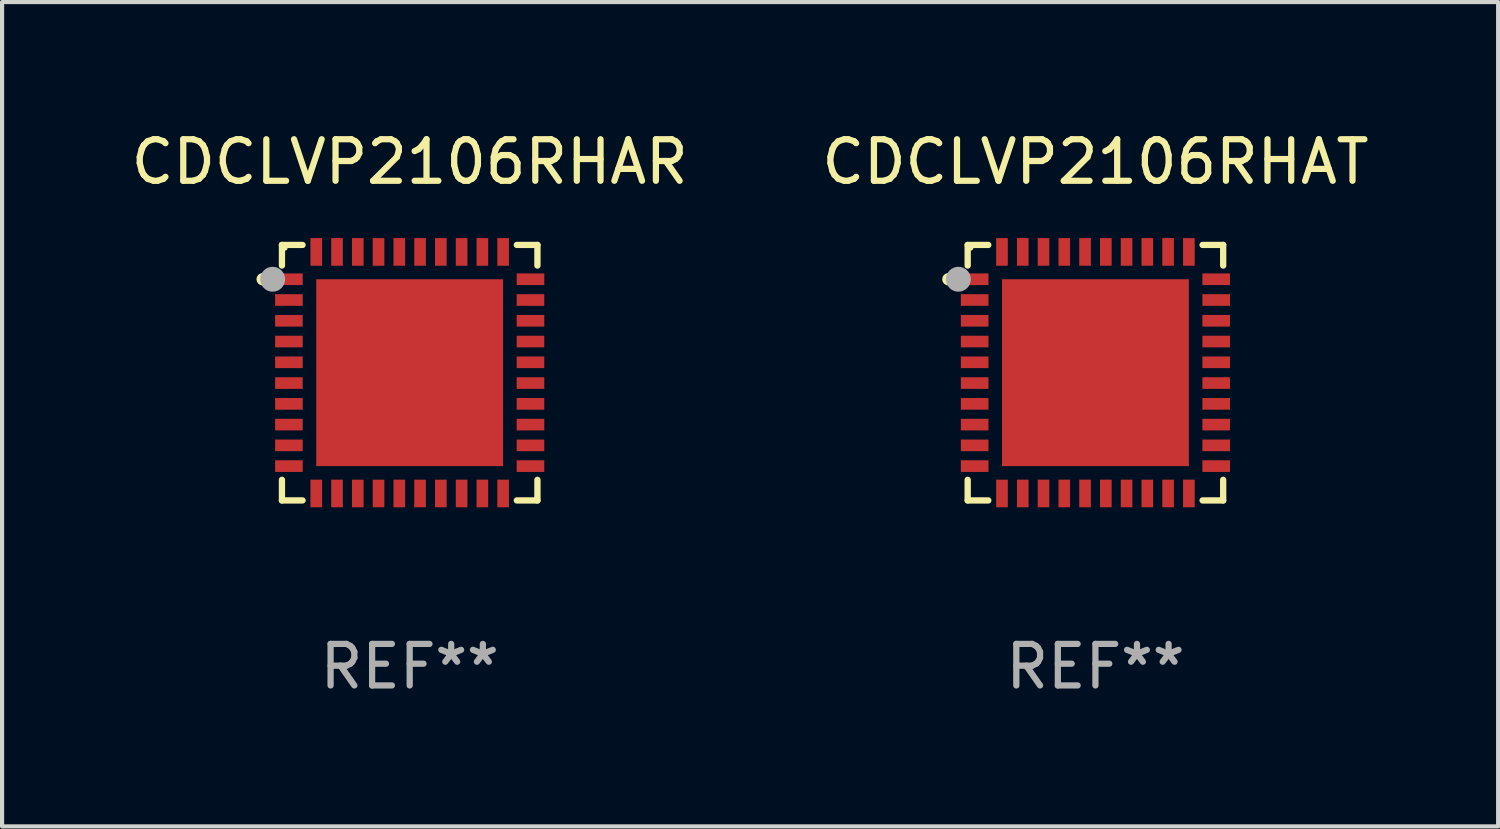
<source format=kicad_pcb>
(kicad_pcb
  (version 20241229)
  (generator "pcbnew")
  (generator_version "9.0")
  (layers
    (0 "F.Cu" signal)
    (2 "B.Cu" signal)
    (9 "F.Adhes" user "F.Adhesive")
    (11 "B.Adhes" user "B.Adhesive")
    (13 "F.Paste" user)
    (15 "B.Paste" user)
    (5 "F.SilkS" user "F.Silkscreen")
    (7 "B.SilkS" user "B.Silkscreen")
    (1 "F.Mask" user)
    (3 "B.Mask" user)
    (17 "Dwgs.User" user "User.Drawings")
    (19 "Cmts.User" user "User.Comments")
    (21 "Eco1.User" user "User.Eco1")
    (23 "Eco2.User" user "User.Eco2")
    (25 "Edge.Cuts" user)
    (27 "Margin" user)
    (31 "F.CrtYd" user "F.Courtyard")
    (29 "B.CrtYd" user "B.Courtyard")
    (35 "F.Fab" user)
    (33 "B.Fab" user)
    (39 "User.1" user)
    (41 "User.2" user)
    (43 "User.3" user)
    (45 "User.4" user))
  (footprint "CDCLVP2106RHAR"
    (layer "F.Cu")
    (at 6.815 5.924)
    (property "Reference" "CDCLVP2106RHAR" (at 0 -5.076 0) (layer "F.SilkS") (effects (font (size 1 1) (thickness 0.15))))
    (attr through_hole)
    (fp_line (start -3.076 -3.076) (end -3.076 -2.58) (stroke (width 0.152) (type solid)) (layer "F.SilkS"))
    (fp_line (start -3.076 3.076) (end -3.076 2.58) (stroke (width 0.152) (type solid)) (layer "F.SilkS"))
    (fp_line (start -2.58 -3.076) (end -3.076 -3.076) (stroke (width 0.152) (type solid)) (layer "F.SilkS"))
    (fp_line (start -2.58 3.076) (end -3.076 3.076) (stroke (width 0.152) (type solid)) (layer "F.SilkS"))
    (fp_line (start 2.58 -3.076) (end 3.076 -3.076) (stroke (width 0.152) (type solid)) (layer "F.SilkS"))
    (fp_line (start 2.58 3.076) (end 3.076 3.076) (stroke (width 0.152) (type solid)) (layer "F.SilkS"))
    (fp_line (start 3.076 -3.076) (end 3.076 -2.58) (stroke (width 0.152) (type solid)) (layer "F.SilkS"))
    (fp_line (start 3.076 3.076) (end 3.076 2.58) (stroke (width 0.152) (type solid)) (layer "F.SilkS"))
    (fp_circle (center -3.54 -2.25) (end -3.465 -2.25) (stroke (width 0.15) (type solid)) (fill no) (layer "F.SilkS"))
    (fp_circle (center -3 -3) (end -2.97 -3) (stroke (width 0.06) (type solid)) (fill no) (layer "F.SilkS"))
    (fp_circle (center -3.3 -2.25) (end -3.15 -2.25) (stroke (width 0.3) (type solid)) (fill no) (layer "F.Fab"))
    (fp_text user "REF**" (at 0 7.076 0) (layer "F.Fab") (effects (font (size 1 1) (thickness 0.15))))
    (pad "1" smd rect (at -2.908 -2.25) (size 0.665 0.28) (layers "F.Cu" "F.Mask" "F.Paste"))
    (pad "2" smd rect (at -2.908 -1.75) (size 0.665 0.28) (layers "F.Cu" "F.Mask" "F.Paste"))
    (pad "3" smd rect (at -2.908 -1.25) (size 0.665 0.28) (layers "F.Cu" "F.Mask" "F.Paste"))
    (pad "4" smd rect (at -2.908 -0.75) (size 0.665 0.28) (layers "F.Cu" "F.Mask" "F.Paste"))
    (pad "5" smd rect (at -2.908 -0.25) (size 0.665 0.28) (layers "F.Cu" "F.Mask" "F.Paste"))
    (pad "6" smd rect (at -2.908 0.25) (size 0.665 0.28) (layers "F.Cu" "F.Mask" "F.Paste"))
    (pad "7" smd rect (at -2.908 0.75) (size 0.665 0.28) (layers "F.Cu" "F.Mask" "F.Paste"))
    (pad "8" smd rect (at -2.908 1.25) (size 0.665 0.28) (layers "F.Cu" "F.Mask" "F.Paste"))
    (pad "9" smd rect (at -2.908 1.75) (size 0.665 0.28) (layers "F.Cu" "F.Mask" "F.Paste"))
    (pad "10" smd rect (at -2.908 2.25) (size 0.665 0.28) (layers "F.Cu" "F.Mask" "F.Paste"))
    (pad "11" smd rect (at -2.25 2.908) (size 0.28 0.665) (layers "F.Cu" "F.Mask" "F.Paste"))
    (pad "12" smd rect (at -1.75 2.908) (size 0.28 0.665) (layers "F.Cu" "F.Mask" "F.Paste"))
    (pad "13" smd rect (at -1.25 2.908) (size 0.28 0.665) (layers "F.Cu" "F.Mask" "F.Paste"))
    (pad "14" smd rect (at -0.75 2.908) (size 0.28 0.665) (layers "F.Cu" "F.Mask" "F.Paste"))
    (pad "15" smd rect (at -0.25 2.908) (size 0.28 0.665) (layers "F.Cu" "F.Mask" "F.Paste"))
    (pad "16" smd rect (at 0.25 2.908) (size 0.28 0.665) (layers "F.Cu" "F.Mask" "F.Paste"))
    (pad "17" smd rect (at 0.75 2.908) (size 0.28 0.665) (layers "F.Cu" "F.Mask" "F.Paste"))
    (pad "18" smd rect (at 1.25 2.908) (size 0.28 0.665) (layers "F.Cu" "F.Mask" "F.Paste"))
    (pad "19" smd rect (at 1.75 2.908) (size 0.28 0.665) (layers "F.Cu" "F.Mask" "F.Paste"))
    (pad "20" smd rect (at 2.25 2.908) (size 0.28 0.665) (layers "F.Cu" "F.Mask" "F.Paste"))
    (pad "21" smd rect (at 2.908 2.25) (size 0.665 0.28) (layers "F.Cu" "F.Mask" "F.Paste"))
    (pad "22" smd rect (at 2.908 1.75) (size 0.665 0.28) (layers "F.Cu" "F.Mask" "F.Paste"))
    (pad "23" smd rect (at 2.908 1.25) (size 0.665 0.28) (layers "F.Cu" "F.Mask" "F.Paste"))
    (pad "24" smd rect (at 2.908 0.75) (size 0.665 0.28) (layers "F.Cu" "F.Mask" "F.Paste"))
    (pad "25" smd rect (at 2.908 0.25) (size 0.665 0.28) (layers "F.Cu" "F.Mask" "F.Paste"))
    (pad "26" smd rect (at 2.908 -0.25) (size 0.665 0.28) (layers "F.Cu" "F.Mask" "F.Paste"))
    (pad "27" smd rect (at 2.908 -0.75) (size 0.665 0.28) (layers "F.Cu" "F.Mask" "F.Paste"))
    (pad "28" smd rect (at 2.908 -1.25) (size 0.665 0.28) (layers "F.Cu" "F.Mask" "F.Paste"))
    (pad "29" smd rect (at 2.908 -1.75) (size 0.665 0.28) (layers "F.Cu" "F.Mask" "F.Paste"))
    (pad "30" smd rect (at 2.908 -2.25) (size 0.665 0.28) (layers "F.Cu" "F.Mask" "F.Paste"))
    (pad "31" smd rect (at 2.25 -2.908) (size 0.28 0.665) (layers "F.Cu" "F.Mask" "F.Paste"))
    (pad "32" smd rect (at 1.75 -2.908) (size 0.28 0.665) (layers "F.Cu" "F.Mask" "F.Paste"))
    (pad "33" smd rect (at 1.25 -2.908) (size 0.28 0.665) (layers "F.Cu" "F.Mask" "F.Paste"))
    (pad "34" smd rect (at 0.75 -2.908) (size 0.28 0.665) (layers "F.Cu" "F.Mask" "F.Paste"))
    (pad "35" smd rect (at 0.25 -2.908) (size 0.28 0.665) (layers "F.Cu" "F.Mask" "F.Paste"))
    (pad "36" smd rect (at -0.25 -2.908) (size 0.28 0.665) (layers "F.Cu" "F.Mask" "F.Paste"))
    (pad "37" smd rect (at -0.75 -2.908) (size 0.28 0.665) (layers "F.Cu" "F.Mask" "F.Paste"))
    (pad "38" smd rect (at -1.25 -2.908) (size 0.28 0.665) (layers "F.Cu" "F.Mask" "F.Paste"))
    (pad "39" smd rect (at -1.75 -2.908) (size 0.28 0.665) (layers "F.Cu" "F.Mask" "F.Paste"))
    (pad "40" smd rect (at -2.25 -2.908) (size 0.28 0.665) (layers "F.Cu" "F.Mask" "F.Paste"))
    (pad "41" smd rect (at 0 0) (size 4.5 4.5) (layers "F.Cu" "F.Mask" "F.Paste")))
  (footprint "CDCLVP2106RHAT"
    (layer "F.Cu")
    (at 23.327 5.924)
    (property "Reference" "CDCLVP2106RHAT" (at 0 -5.076 0) (layer "F.SilkS") (effects (font (size 1 1) (thickness 0.15))))
    (attr through_hole)
    (fp_line (start -3.076 -3.076) (end -3.076 -2.58) (stroke (width 0.152) (type solid)) (layer "F.SilkS"))
    (fp_line (start -3.076 3.076) (end -3.076 2.58) (stroke (width 0.152) (type solid)) (layer "F.SilkS"))
    (fp_line (start -2.58 -3.076) (end -3.076 -3.076) (stroke (width 0.152) (type solid)) (layer "F.SilkS"))
    (fp_line (start -2.58 3.076) (end -3.076 3.076) (stroke (width 0.152) (type solid)) (layer "F.SilkS"))
    (fp_line (start 2.58 -3.076) (end 3.076 -3.076) (stroke (width 0.152) (type solid)) (layer "F.SilkS"))
    (fp_line (start 2.58 3.076) (end 3.076 3.076) (stroke (width 0.152) (type solid)) (layer "F.SilkS"))
    (fp_line (start 3.076 -3.076) (end 3.076 -2.58) (stroke (width 0.152) (type solid)) (layer "F.SilkS"))
    (fp_line (start 3.076 3.076) (end 3.076 2.58) (stroke (width 0.152) (type solid)) (layer "F.SilkS"))
    (fp_circle (center -3.54 -2.25) (end -3.465 -2.25) (stroke (width 0.15) (type solid)) (fill no) (layer "F.SilkS"))
    (fp_circle (center -3 -3) (end -2.97 -3) (stroke (width 0.06) (type solid)) (fill no) (layer "F.SilkS"))
    (fp_circle (center -3.3 -2.25) (end -3.15 -2.25) (stroke (width 0.3) (type solid)) (fill no) (layer "F.Fab"))
    (fp_text user "REF**" (at 0 7.076 0) (layer "F.Fab") (effects (font (size 1 1) (thickness 0.15))))
    (pad "1" smd rect (at -2.908 -2.25) (size 0.665 0.28) (layers "F.Cu" "F.Mask" "F.Paste"))
    (pad "2" smd rect (at -2.908 -1.75) (size 0.665 0.28) (layers "F.Cu" "F.Mask" "F.Paste"))
    (pad "3" smd rect (at -2.908 -1.25) (size 0.665 0.28) (layers "F.Cu" "F.Mask" "F.Paste"))
    (pad "4" smd rect (at -2.908 -0.75) (size 0.665 0.28) (layers "F.Cu" "F.Mask" "F.Paste"))
    (pad "5" smd rect (at -2.908 -0.25) (size 0.665 0.28) (layers "F.Cu" "F.Mask" "F.Paste"))
    (pad "6" smd rect (at -2.908 0.25) (size 0.665 0.28) (layers "F.Cu" "F.Mask" "F.Paste"))
    (pad "7" smd rect (at -2.908 0.75) (size 0.665 0.28) (layers "F.Cu" "F.Mask" "F.Paste"))
    (pad "8" smd rect (at -2.908 1.25) (size 0.665 0.28) (layers "F.Cu" "F.Mask" "F.Paste"))
    (pad "9" smd rect (at -2.908 1.75) (size 0.665 0.28) (layers "F.Cu" "F.Mask" "F.Paste"))
    (pad "10" smd rect (at -2.908 2.25) (size 0.665 0.28) (layers "F.Cu" "F.Mask" "F.Paste"))
    (pad "11" smd rect (at -2.25 2.908) (size 0.28 0.665) (layers "F.Cu" "F.Mask" "F.Paste"))
    (pad "12" smd rect (at -1.75 2.908) (size 0.28 0.665) (layers "F.Cu" "F.Mask" "F.Paste"))
    (pad "13" smd rect (at -1.25 2.908) (size 0.28 0.665) (layers "F.Cu" "F.Mask" "F.Paste"))
    (pad "14" smd rect (at -0.75 2.908) (size 0.28 0.665) (layers "F.Cu" "F.Mask" "F.Paste"))
    (pad "15" smd rect (at -0.25 2.908) (size 0.28 0.665) (layers "F.Cu" "F.Mask" "F.Paste"))
    (pad "16" smd rect (at 0.25 2.908) (size 0.28 0.665) (layers "F.Cu" "F.Mask" "F.Paste"))
    (pad "17" smd rect (at 0.75 2.908) (size 0.28 0.665) (layers "F.Cu" "F.Mask" "F.Paste"))
    (pad "18" smd rect (at 1.25 2.908) (size 0.28 0.665) (layers "F.Cu" "F.Mask" "F.Paste"))
    (pad "19" smd rect (at 1.75 2.908) (size 0.28 0.665) (layers "F.Cu" "F.Mask" "F.Paste"))
    (pad "20" smd rect (at 2.25 2.908) (size 0.28 0.665) (layers "F.Cu" "F.Mask" "F.Paste"))
    (pad "21" smd rect (at 2.908 2.25) (size 0.665 0.28) (layers "F.Cu" "F.Mask" "F.Paste"))
    (pad "22" smd rect (at 2.908 1.75) (size 0.665 0.28) (layers "F.Cu" "F.Mask" "F.Paste"))
    (pad "23" smd rect (at 2.908 1.25) (size 0.665 0.28) (layers "F.Cu" "F.Mask" "F.Paste"))
    (pad "24" smd rect (at 2.908 0.75) (size 0.665 0.28) (layers "F.Cu" "F.Mask" "F.Paste"))
    (pad "25" smd rect (at 2.908 0.25) (size 0.665 0.28) (layers "F.Cu" "F.Mask" "F.Paste"))
    (pad "26" smd rect (at 2.908 -0.25) (size 0.665 0.28) (layers "F.Cu" "F.Mask" "F.Paste"))
    (pad "27" smd rect (at 2.908 -0.75) (size 0.665 0.28) (layers "F.Cu" "F.Mask" "F.Paste"))
    (pad "28" smd rect (at 2.908 -1.25) (size 0.665 0.28) (layers "F.Cu" "F.Mask" "F.Paste"))
    (pad "29" smd rect (at 2.908 -1.75) (size 0.665 0.28) (layers "F.Cu" "F.Mask" "F.Paste"))
    (pad "30" smd rect (at 2.908 -2.25) (size 0.665 0.28) (layers "F.Cu" "F.Mask" "F.Paste"))
    (pad "31" smd rect (at 2.25 -2.908) (size 0.28 0.665) (layers "F.Cu" "F.Mask" "F.Paste"))
    (pad "32" smd rect (at 1.75 -2.908) (size 0.28 0.665) (layers "F.Cu" "F.Mask" "F.Paste"))
    (pad "33" smd rect (at 1.25 -2.908) (size 0.28 0.665) (layers "F.Cu" "F.Mask" "F.Paste"))
    (pad "34" smd rect (at 0.75 -2.908) (size 0.28 0.665) (layers "F.Cu" "F.Mask" "F.Paste"))
    (pad "35" smd rect (at 0.25 -2.908) (size 0.28 0.665) (layers "F.Cu" "F.Mask" "F.Paste"))
    (pad "36" smd rect (at -0.25 -2.908) (size 0.28 0.665) (layers "F.Cu" "F.Mask" "F.Paste"))
    (pad "37" smd rect (at -0.75 -2.908) (size 0.28 0.665) (layers "F.Cu" "F.Mask" "F.Paste"))
    (pad "38" smd rect (at -1.25 -2.908) (size 0.28 0.665) (layers "F.Cu" "F.Mask" "F.Paste"))
    (pad "39" smd rect (at -1.75 -2.908) (size 0.28 0.665) (layers "F.Cu" "F.Mask" "F.Paste"))
    (pad "40" smd rect (at -2.25 -2.908) (size 0.28 0.665) (layers "F.Cu" "F.Mask" "F.Paste"))
    (pad "41" smd rect (at 0 0) (size 4.5 4.5) (layers "F.Cu" "F.Mask" "F.Paste")))
  (gr_rect
    (start -3 -3)
    (end 33.024 16.849)
    (stroke (width 0.1) (type default))
    (fill no)
    (layer "Edge.Cuts")))
</source>
